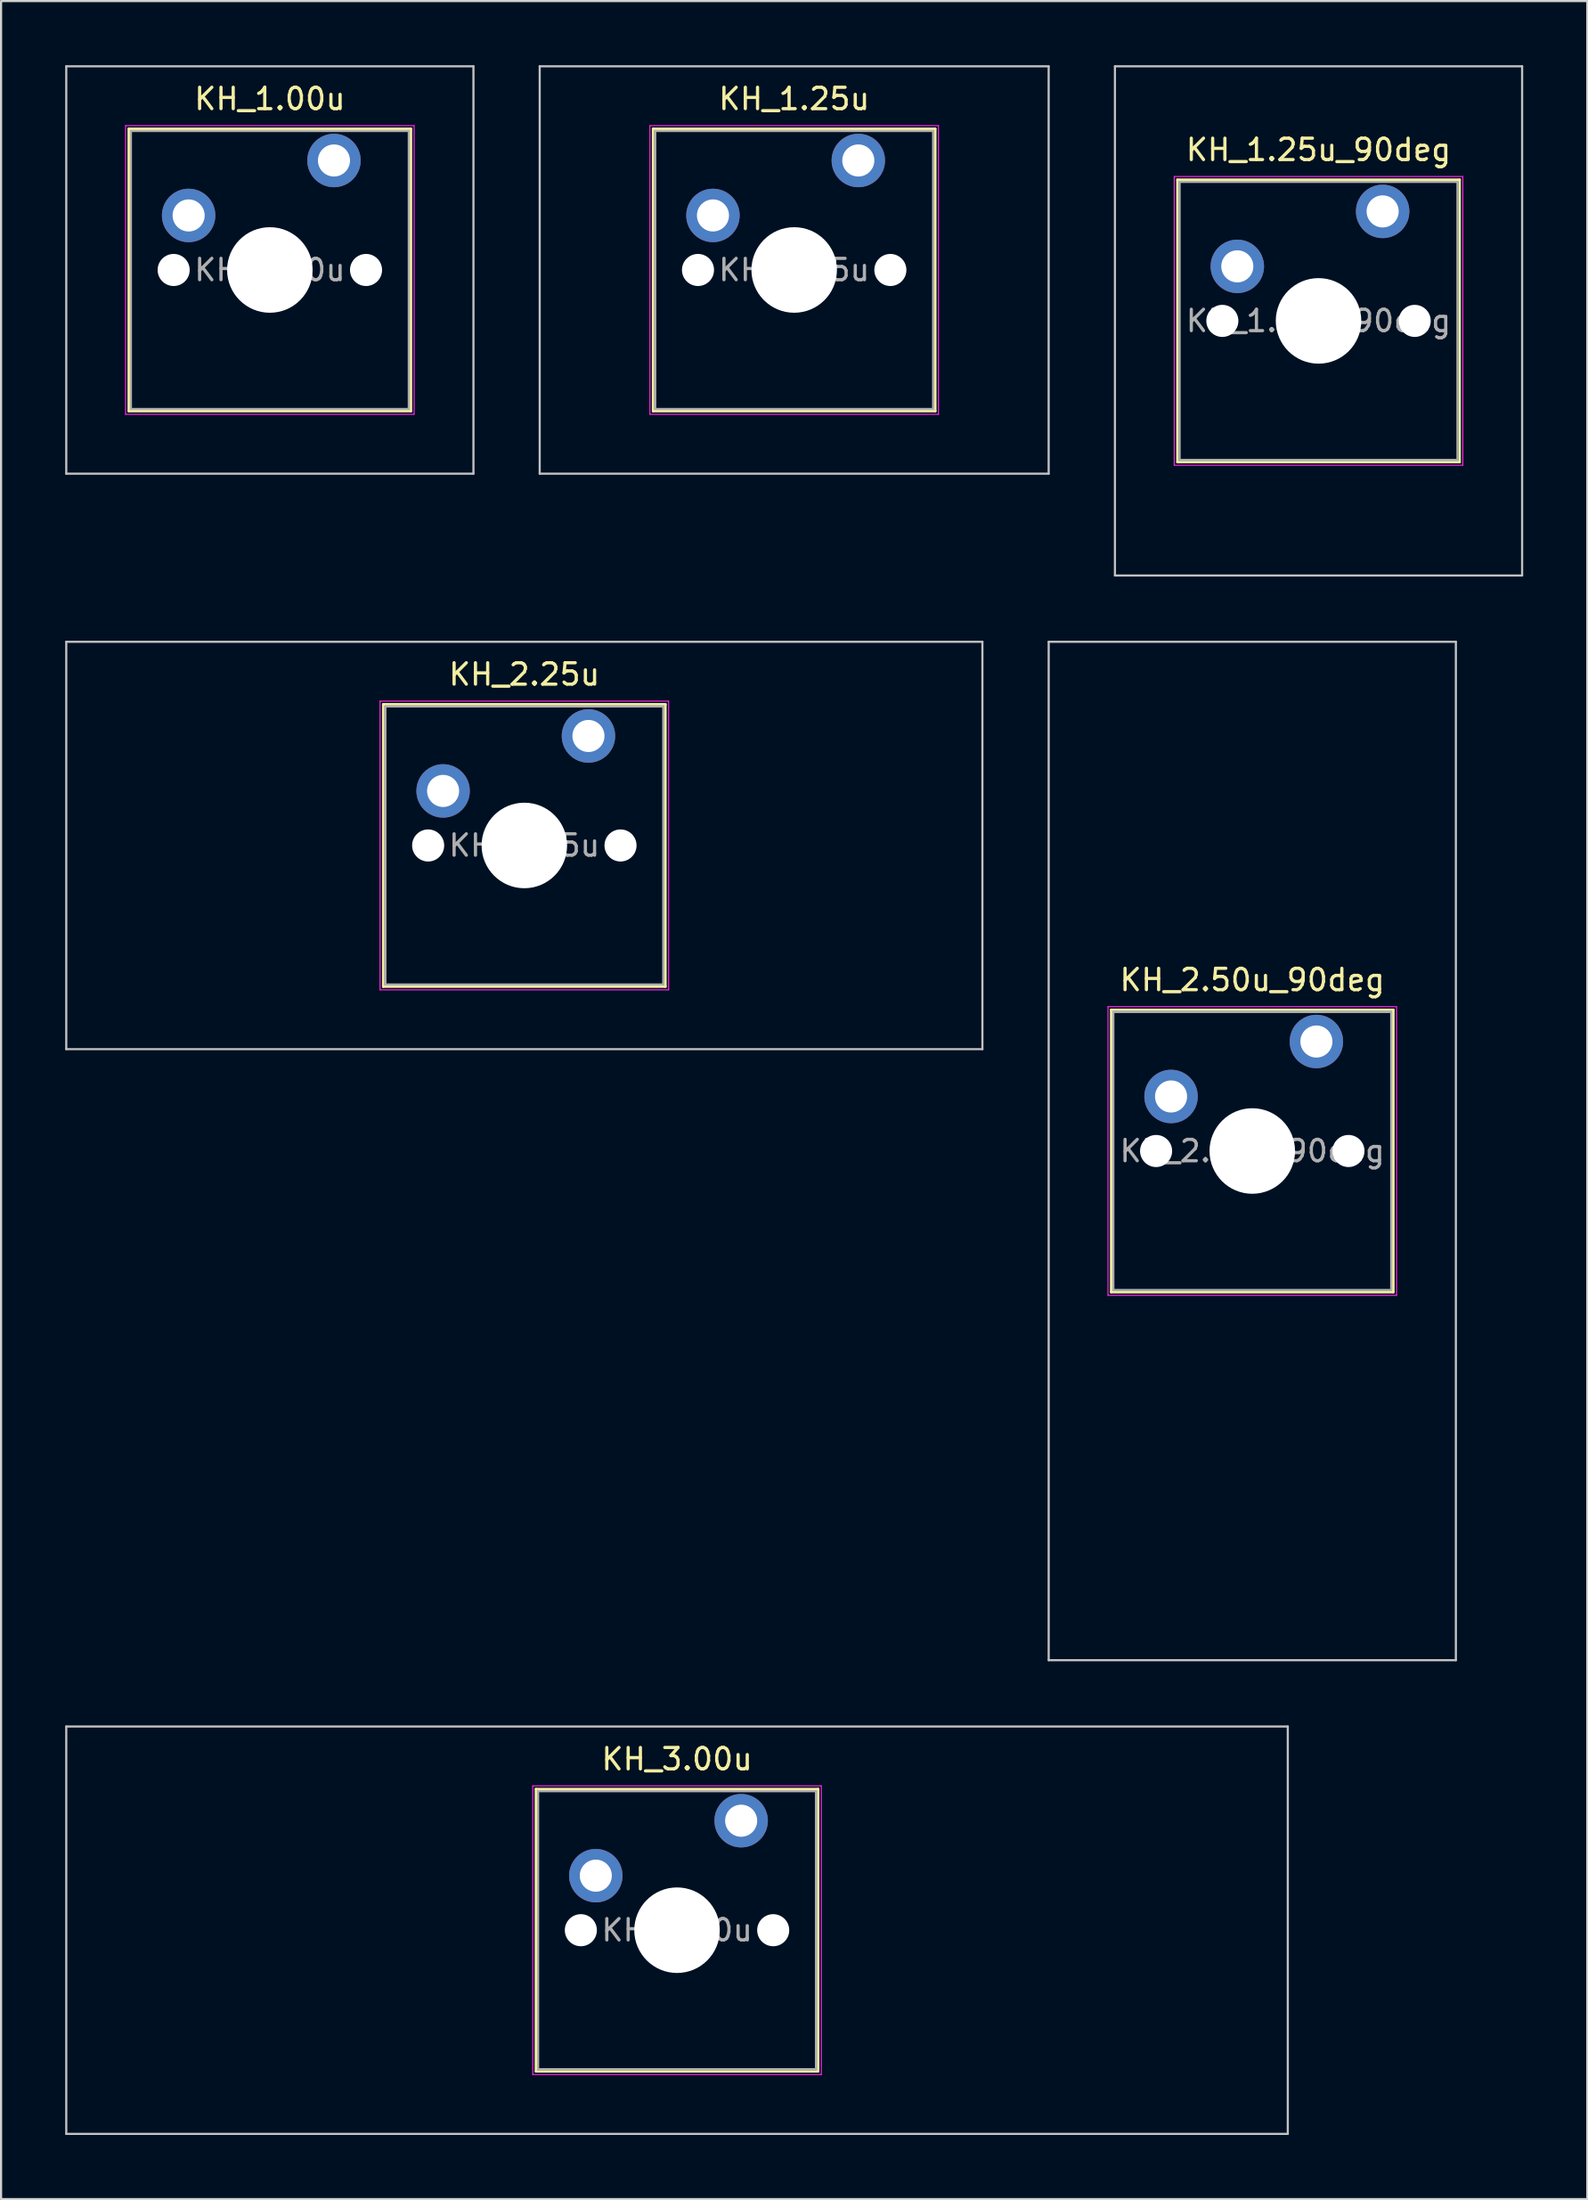
<source format=kicad_pcb>
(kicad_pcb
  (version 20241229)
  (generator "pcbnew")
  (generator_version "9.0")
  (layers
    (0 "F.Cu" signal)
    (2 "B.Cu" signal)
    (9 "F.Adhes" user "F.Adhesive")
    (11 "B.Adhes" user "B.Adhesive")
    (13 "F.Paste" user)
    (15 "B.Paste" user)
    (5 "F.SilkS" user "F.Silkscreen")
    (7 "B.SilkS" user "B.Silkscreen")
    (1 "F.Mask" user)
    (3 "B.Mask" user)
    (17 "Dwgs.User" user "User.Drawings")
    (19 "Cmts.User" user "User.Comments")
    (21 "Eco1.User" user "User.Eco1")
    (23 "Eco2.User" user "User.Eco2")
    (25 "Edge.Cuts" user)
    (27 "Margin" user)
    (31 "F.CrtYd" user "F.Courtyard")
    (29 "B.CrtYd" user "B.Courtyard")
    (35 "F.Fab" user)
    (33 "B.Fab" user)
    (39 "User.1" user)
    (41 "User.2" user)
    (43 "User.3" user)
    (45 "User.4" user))
  (footprint "KH_3.00u"
    (layer "F.Cu")
    (at 28.625 87.213)
    (property "Reference" "KH_3.00u" (at 0 -8 0) (layer "F.SilkS") (effects (font (size 1 1) (thickness 0.15))))
    (attr through_hole)
    (fp_line (start -6.6 -6.6) (end -6.6 6.6) (stroke (width 0.12) (type solid)) (layer "F.SilkS"))
    (fp_line (start -6.6 6.6) (end 6.6 6.6) (stroke (width 0.12) (type solid)) (layer "F.SilkS"))
    (fp_line (start 6.6 -6.6) (end -6.6 -6.6) (stroke (width 0.12) (type solid)) (layer "F.SilkS"))
    (fp_line (start 6.6 6.6) (end 6.6 -6.6) (stroke (width 0.12) (type solid)) (layer "F.SilkS"))
    (fp_line (start -28.575 -9.525) (end -28.575 9.525) (stroke (width 0.1) (type solid)) (layer "Dwgs.User"))
    (fp_line (start -28.575 9.525) (end 28.575 9.525) (stroke (width 0.1) (type solid)) (layer "Dwgs.User"))
    (fp_line (start 28.575 -9.525) (end -28.575 -9.525) (stroke (width 0.1) (type solid)) (layer "Dwgs.User"))
    (fp_line (start 28.575 9.525) (end 28.575 -9.525) (stroke (width 0.1) (type solid)) (layer "Dwgs.User"))
    (fp_line (start -6.1 -6.1) (end -6.1 6.1) (stroke (width 0.1) (type solid)) (layer "Eco1.User"))
    (fp_line (start -6.1 6.1) (end 6.1 6.1) (stroke (width 0.1) (type solid)) (layer "Eco1.User"))
    (fp_line (start 6.1 -6.1) (end -6.1 -6.1) (stroke (width 0.1) (type solid)) (layer "Eco1.User"))
    (fp_line (start 6.1 6.1) (end 6.1 -6.1) (stroke (width 0.1) (type solid)) (layer "Eco1.User"))
    (fp_line (start -6.75 -6.75) (end -6.75 6.75) (stroke (width 0.05) (type solid)) (layer "F.CrtYd"))
    (fp_line (start -6.75 6.75) (end 6.75 6.75) (stroke (width 0.05) (type solid)) (layer "F.CrtYd"))
    (fp_line (start 6.75 -6.75) (end -6.75 -6.75) (stroke (width 0.05) (type solid)) (layer "F.CrtYd"))
    (fp_line (start 6.75 6.75) (end 6.75 -6.75) (stroke (width 0.05) (type solid)) (layer "F.CrtYd"))
    (fp_line (start -6.5 -6.5) (end -6.5 6.5) (stroke (width 0.1) (type solid)) (layer "F.Fab"))
    (fp_line (start -6.5 6.5) (end 6.5 6.5) (stroke (width 0.1) (type solid)) (layer "F.Fab"))
    (fp_line (start 6.5 -6.5) (end -6.5 -6.5) (stroke (width 0.1) (type solid)) (layer "F.Fab"))
    (fp_line (start 6.5 6.5) (end 6.5 -6.5) (stroke (width 0.1) (type solid)) (layer "F.Fab"))
    (fp_text user "${REFERENCE}" (at 0 0 0) (layer "F.Fab") (effects (font (size 1 1) (thickness 0.15))))
    (pad "" np_thru_hole circle (at -4.5 0) (size 1.5 1.5) (drill 1.5) (layers "*.Cu" "*.Mask"))
    (pad "" np_thru_hole circle (at 0 0) (size 4 4) (drill 4) (layers "*.Cu" "*.Mask"))
    (pad "" np_thru_hole circle (at 4.5 0) (size 1.5 1.5) (drill 1.5) (layers "*.Cu" "*.Mask"))
    (pad "1" thru_hole circle (at -3.8 -2.55) (size 2.5 2.5) (drill 1.5) (layers "*.Cu" "*.Mask"))
    (pad "2" thru_hole circle (at 3 -5.12) (size 2.5 2.5) (drill 1.5) (layers "*.Cu" "*.Mask")))
  (footprint "KH_1.00u"
    (layer "F.Cu")
    (at 9.575 9.575)
    (property "Reference" "KH_1.00u" (at 0 -8 0) (layer "F.SilkS") (effects (font (size 1 1) (thickness 0.15))))
    (attr through_hole)
    (fp_line (start -6.6 -6.6) (end -6.6 6.6) (stroke (width 0.12) (type solid)) (layer "F.SilkS"))
    (fp_line (start -6.6 6.6) (end 6.6 6.6) (stroke (width 0.12) (type solid)) (layer "F.SilkS"))
    (fp_line (start 6.6 -6.6) (end -6.6 -6.6) (stroke (width 0.12) (type solid)) (layer "F.SilkS"))
    (fp_line (start 6.6 6.6) (end 6.6 -6.6) (stroke (width 0.12) (type solid)) (layer "F.SilkS"))
    (fp_line (start -9.525 -9.525) (end -9.525 9.525) (stroke (width 0.1) (type solid)) (layer "Dwgs.User"))
    (fp_line (start -9.525 9.525) (end 9.525 9.525) (stroke (width 0.1) (type solid)) (layer "Dwgs.User"))
    (fp_line (start 9.525 -9.525) (end -9.525 -9.525) (stroke (width 0.1) (type solid)) (layer "Dwgs.User"))
    (fp_line (start 9.525 9.525) (end 9.525 -9.525) (stroke (width 0.1) (type solid)) (layer "Dwgs.User"))
    (fp_line (start -6.1 -6.1) (end -6.1 6.1) (stroke (width 0.1) (type solid)) (layer "Eco1.User"))
    (fp_line (start -6.1 6.1) (end 6.1 6.1) (stroke (width 0.1) (type solid)) (layer "Eco1.User"))
    (fp_line (start 6.1 -6.1) (end -6.1 -6.1) (stroke (width 0.1) (type solid)) (layer "Eco1.User"))
    (fp_line (start 6.1 6.1) (end 6.1 -6.1) (stroke (width 0.1) (type solid)) (layer "Eco1.User"))
    (fp_line (start -6.75 -6.75) (end -6.75 6.75) (stroke (width 0.05) (type solid)) (layer "F.CrtYd"))
    (fp_line (start -6.75 6.75) (end 6.75 6.75) (stroke (width 0.05) (type solid)) (layer "F.CrtYd"))
    (fp_line (start 6.75 -6.75) (end -6.75 -6.75) (stroke (width 0.05) (type solid)) (layer "F.CrtYd"))
    (fp_line (start 6.75 6.75) (end 6.75 -6.75) (stroke (width 0.05) (type solid)) (layer "F.CrtYd"))
    (fp_line (start -6.5 -6.5) (end -6.5 6.5) (stroke (width 0.1) (type solid)) (layer "F.Fab"))
    (fp_line (start -6.5 6.5) (end 6.5 6.5) (stroke (width 0.1) (type solid)) (layer "F.Fab"))
    (fp_line (start 6.5 -6.5) (end -6.5 -6.5) (stroke (width 0.1) (type solid)) (layer "F.Fab"))
    (fp_line (start 6.5 6.5) (end 6.5 -6.5) (stroke (width 0.1) (type solid)) (layer "F.Fab"))
    (fp_text user "${REFERENCE}" (at 0 0 0) (layer "F.Fab") (effects (font (size 1 1) (thickness 0.15))))
    (pad "" np_thru_hole circle (at -4.5 0) (size 1.5 1.5) (drill 1.5) (layers "*.Cu" "*.Mask"))
    (pad "" np_thru_hole circle (at 0 0) (size 4 4) (drill 4) (layers "*.Cu" "*.Mask"))
    (pad "" np_thru_hole circle (at 4.5 0) (size 1.5 1.5) (drill 1.5) (layers "*.Cu" "*.Mask"))
    (pad "1" thru_hole circle (at -3.8 -2.55) (size 2.5 2.5) (drill 1.5) (layers "*.Cu" "*.Mask"))
    (pad "2" thru_hole circle (at 3 -5.12) (size 2.5 2.5) (drill 1.5) (layers "*.Cu" "*.Mask")))
  (footprint "KH_2.50u_90deg"
    (layer "F.Cu")
    (at 55.538 50.775)
    (property "Reference" "KH_2.50u_90deg" (at 0 -8 0) (layer "F.SilkS") (effects (font (size 1 1) (thickness 0.15))))
    (attr through_hole)
    (fp_line (start -6.6 -6.6) (end -6.6 6.6) (stroke (width 0.12) (type solid)) (layer "F.SilkS"))
    (fp_line (start -6.6 6.6) (end 6.6 6.6) (stroke (width 0.12) (type solid)) (layer "F.SilkS"))
    (fp_line (start 6.6 -6.6) (end -6.6 -6.6) (stroke (width 0.12) (type solid)) (layer "F.SilkS"))
    (fp_line (start 6.6 6.6) (end 6.6 -6.6) (stroke (width 0.12) (type solid)) (layer "F.SilkS"))
    (fp_line (start -9.525 -23.812) (end 9.525 -23.812) (stroke (width 0.1) (type solid)) (layer "Dwgs.User"))
    (fp_line (start -9.525 23.812) (end -9.525 -23.812) (stroke (width 0.1) (type solid)) (layer "Dwgs.User"))
    (fp_line (start 9.525 -23.812) (end 9.525 23.812) (stroke (width 0.1) (type solid)) (layer "Dwgs.User"))
    (fp_line (start 9.525 23.812) (end -9.525 23.812) (stroke (width 0.1) (type solid)) (layer "Dwgs.User"))
    (fp_line (start -6.1 -6.1) (end -6.1 6.1) (stroke (width 0.1) (type solid)) (layer "Eco1.User"))
    (fp_line (start -6.1 6.1) (end 6.1 6.1) (stroke (width 0.1) (type solid)) (layer "Eco1.User"))
    (fp_line (start 6.1 -6.1) (end -6.1 -6.1) (stroke (width 0.1) (type solid)) (layer "Eco1.User"))
    (fp_line (start 6.1 6.1) (end 6.1 -6.1) (stroke (width 0.1) (type solid)) (layer "Eco1.User"))
    (fp_line (start -6.75 -6.75) (end -6.75 6.75) (stroke (width 0.05) (type solid)) (layer "F.CrtYd"))
    (fp_line (start -6.75 6.75) (end 6.75 6.75) (stroke (width 0.05) (type solid)) (layer "F.CrtYd"))
    (fp_line (start 6.75 -6.75) (end -6.75 -6.75) (stroke (width 0.05) (type solid)) (layer "F.CrtYd"))
    (fp_line (start 6.75 6.75) (end 6.75 -6.75) (stroke (width 0.05) (type solid)) (layer "F.CrtYd"))
    (fp_line (start -6.5 -6.5) (end -6.5 6.5) (stroke (width 0.1) (type solid)) (layer "F.Fab"))
    (fp_line (start -6.5 6.5) (end 6.5 6.5) (stroke (width 0.1) (type solid)) (layer "F.Fab"))
    (fp_line (start 6.5 -6.5) (end -6.5 -6.5) (stroke (width 0.1) (type solid)) (layer "F.Fab"))
    (fp_line (start 6.5 6.5) (end 6.5 -6.5) (stroke (width 0.1) (type solid)) (layer "F.Fab"))
    (fp_text user "${REFERENCE}" (at 0 0 0) (layer "F.Fab") (effects (font (size 1 1) (thickness 0.15))))
    (pad "" np_thru_hole circle (at -4.5 0) (size 1.5 1.5) (drill 1.5) (layers "*.Cu" "*.Mask"))
    (pad "" np_thru_hole circle (at 0 0) (size 4 4) (drill 4) (layers "*.Cu" "*.Mask"))
    (pad "" np_thru_hole circle (at 4.5 0) (size 1.5 1.5) (drill 1.5) (layers "*.Cu" "*.Mask"))
    (pad "1" thru_hole circle (at -3.8 -2.55) (size 2.5 2.5) (drill 1.5) (layers "*.Cu" "*.Mask"))
    (pad "2" thru_hole circle (at 3 -5.12) (size 2.5 2.5) (drill 1.5) (layers "*.Cu" "*.Mask")))
  (footprint "KH_1.25u"
    (layer "F.Cu")
    (at 34.106 9.575)
    (property "Reference" "KH_1.25u" (at 0 -8 0) (layer "F.SilkS") (effects (font (size 1 1) (thickness 0.15))))
    (attr through_hole)
    (fp_line (start -6.6 -6.6) (end -6.6 6.6) (stroke (width 0.12) (type solid)) (layer "F.SilkS"))
    (fp_line (start -6.6 6.6) (end 6.6 6.6) (stroke (width 0.12) (type solid)) (layer "F.SilkS"))
    (fp_line (start 6.6 -6.6) (end -6.6 -6.6) (stroke (width 0.12) (type solid)) (layer "F.SilkS"))
    (fp_line (start 6.6 6.6) (end 6.6 -6.6) (stroke (width 0.12) (type solid)) (layer "F.SilkS"))
    (fp_line (start -11.906 -9.525) (end -11.906 9.525) (stroke (width 0.1) (type solid)) (layer "Dwgs.User"))
    (fp_line (start -11.906 9.525) (end 11.906 9.525) (stroke (width 0.1) (type solid)) (layer "Dwgs.User"))
    (fp_line (start 11.906 -9.525) (end -11.906 -9.525) (stroke (width 0.1) (type solid)) (layer "Dwgs.User"))
    (fp_line (start 11.906 9.525) (end 11.906 -9.525) (stroke (width 0.1) (type solid)) (layer "Dwgs.User"))
    (fp_line (start -6.1 -6.1) (end -6.1 6.1) (stroke (width 0.1) (type solid)) (layer "Eco1.User"))
    (fp_line (start -6.1 6.1) (end 6.1 6.1) (stroke (width 0.1) (type solid)) (layer "Eco1.User"))
    (fp_line (start 6.1 -6.1) (end -6.1 -6.1) (stroke (width 0.1) (type solid)) (layer "Eco1.User"))
    (fp_line (start 6.1 6.1) (end 6.1 -6.1) (stroke (width 0.1) (type solid)) (layer "Eco1.User"))
    (fp_line (start -6.75 -6.75) (end -6.75 6.75) (stroke (width 0.05) (type solid)) (layer "F.CrtYd"))
    (fp_line (start -6.75 6.75) (end 6.75 6.75) (stroke (width 0.05) (type solid)) (layer "F.CrtYd"))
    (fp_line (start 6.75 -6.75) (end -6.75 -6.75) (stroke (width 0.05) (type solid)) (layer "F.CrtYd"))
    (fp_line (start 6.75 6.75) (end 6.75 -6.75) (stroke (width 0.05) (type solid)) (layer "F.CrtYd"))
    (fp_line (start -6.5 -6.5) (end -6.5 6.5) (stroke (width 0.1) (type solid)) (layer "F.Fab"))
    (fp_line (start -6.5 6.5) (end 6.5 6.5) (stroke (width 0.1) (type solid)) (layer "F.Fab"))
    (fp_line (start 6.5 -6.5) (end -6.5 -6.5) (stroke (width 0.1) (type solid)) (layer "F.Fab"))
    (fp_line (start 6.5 6.5) (end 6.5 -6.5) (stroke (width 0.1) (type solid)) (layer "F.Fab"))
    (fp_text user "${REFERENCE}" (at 0 0 0) (layer "F.Fab") (effects (font (size 1 1) (thickness 0.15))))
    (pad "" np_thru_hole circle (at -4.5 0) (size 1.5 1.5) (drill 1.5) (layers "*.Cu" "*.Mask"))
    (pad "" np_thru_hole circle (at 0 0) (size 4 4) (drill 4) (layers "*.Cu" "*.Mask"))
    (pad "" np_thru_hole circle (at 4.5 0) (size 1.5 1.5) (drill 1.5) (layers "*.Cu" "*.Mask"))
    (pad "1" thru_hole circle (at -3.8 -2.55) (size 2.5 2.5) (drill 1.5) (layers "*.Cu" "*.Mask"))
    (pad "2" thru_hole circle (at 3 -5.12) (size 2.5 2.5) (drill 1.5) (layers "*.Cu" "*.Mask")))
  (footprint "KH_2.25u"
    (layer "F.Cu")
    (at 21.481 36.487)
    (property "Reference" "KH_2.25u" (at 0 -8 0) (layer "F.SilkS") (effects (font (size 1 1) (thickness 0.15))))
    (attr through_hole)
    (fp_line (start -6.6 -6.6) (end -6.6 6.6) (stroke (width 0.12) (type solid)) (layer "F.SilkS"))
    (fp_line (start -6.6 6.6) (end 6.6 6.6) (stroke (width 0.12) (type solid)) (layer "F.SilkS"))
    (fp_line (start 6.6 -6.6) (end -6.6 -6.6) (stroke (width 0.12) (type solid)) (layer "F.SilkS"))
    (fp_line (start 6.6 6.6) (end 6.6 -6.6) (stroke (width 0.12) (type solid)) (layer "F.SilkS"))
    (fp_line (start -21.431 -9.525) (end -21.431 9.525) (stroke (width 0.1) (type solid)) (layer "Dwgs.User"))
    (fp_line (start -21.431 9.525) (end 21.431 9.525) (stroke (width 0.1) (type solid)) (layer "Dwgs.User"))
    (fp_line (start 21.431 -9.525) (end -21.431 -9.525) (stroke (width 0.1) (type solid)) (layer "Dwgs.User"))
    (fp_line (start 21.431 9.525) (end 21.431 -9.525) (stroke (width 0.1) (type solid)) (layer "Dwgs.User"))
    (fp_line (start -6.1 -6.1) (end -6.1 6.1) (stroke (width 0.1) (type solid)) (layer "Eco1.User"))
    (fp_line (start -6.1 6.1) (end 6.1 6.1) (stroke (width 0.1) (type solid)) (layer "Eco1.User"))
    (fp_line (start 6.1 -6.1) (end -6.1 -6.1) (stroke (width 0.1) (type solid)) (layer "Eco1.User"))
    (fp_line (start 6.1 6.1) (end 6.1 -6.1) (stroke (width 0.1) (type solid)) (layer "Eco1.User"))
    (fp_line (start -6.75 -6.75) (end -6.75 6.75) (stroke (width 0.05) (type solid)) (layer "F.CrtYd"))
    (fp_line (start -6.75 6.75) (end 6.75 6.75) (stroke (width 0.05) (type solid)) (layer "F.CrtYd"))
    (fp_line (start 6.75 -6.75) (end -6.75 -6.75) (stroke (width 0.05) (type solid)) (layer "F.CrtYd"))
    (fp_line (start 6.75 6.75) (end 6.75 -6.75) (stroke (width 0.05) (type solid)) (layer "F.CrtYd"))
    (fp_line (start -6.5 -6.5) (end -6.5 6.5) (stroke (width 0.1) (type solid)) (layer "F.Fab"))
    (fp_line (start -6.5 6.5) (end 6.5 6.5) (stroke (width 0.1) (type solid)) (layer "F.Fab"))
    (fp_line (start 6.5 -6.5) (end -6.5 -6.5) (stroke (width 0.1) (type solid)) (layer "F.Fab"))
    (fp_line (start 6.5 6.5) (end 6.5 -6.5) (stroke (width 0.1) (type solid)) (layer "F.Fab"))
    (fp_text user "${REFERENCE}" (at 0 0 0) (layer "F.Fab") (effects (font (size 1 1) (thickness 0.15))))
    (pad "" np_thru_hole circle (at -4.5 0) (size 1.5 1.5) (drill 1.5) (layers "*.Cu" "*.Mask"))
    (pad "" np_thru_hole circle (at 0 0) (size 4 4) (drill 4) (layers "*.Cu" "*.Mask"))
    (pad "" np_thru_hole circle (at 4.5 0) (size 1.5 1.5) (drill 1.5) (layers "*.Cu" "*.Mask"))
    (pad "1" thru_hole circle (at -3.8 -2.55) (size 2.5 2.5) (drill 1.5) (layers "*.Cu" "*.Mask"))
    (pad "2" thru_hole circle (at 3 -5.12) (size 2.5 2.5) (drill 1.5) (layers "*.Cu" "*.Mask")))
  (footprint "KH_1.25u_90deg"
    (layer "F.Cu")
    (at 58.638 11.956)
    (property "Reference" "KH_1.25u_90deg" (at 0 -8 0) (layer "F.SilkS") (effects (font (size 1 1) (thickness 0.15))))
    (attr through_hole)
    (fp_line (start -6.6 -6.6) (end -6.6 6.6) (stroke (width 0.12) (type solid)) (layer "F.SilkS"))
    (fp_line (start -6.6 6.6) (end 6.6 6.6) (stroke (width 0.12) (type solid)) (layer "F.SilkS"))
    (fp_line (start 6.6 -6.6) (end -6.6 -6.6) (stroke (width 0.12) (type solid)) (layer "F.SilkS"))
    (fp_line (start 6.6 6.6) (end 6.6 -6.6) (stroke (width 0.12) (type solid)) (layer "F.SilkS"))
    (fp_line (start -9.525 -11.906) (end 9.525 -11.906) (stroke (width 0.1) (type solid)) (layer "Dwgs.User"))
    (fp_line (start -9.525 11.906) (end -9.525 -11.906) (stroke (width 0.1) (type solid)) (layer "Dwgs.User"))
    (fp_line (start 9.525 -11.906) (end 9.525 11.906) (stroke (width 0.1) (type solid)) (layer "Dwgs.User"))
    (fp_line (start 9.525 11.906) (end -9.525 11.906) (stroke (width 0.1) (type solid)) (layer "Dwgs.User"))
    (fp_line (start -6.1 -6.1) (end -6.1 6.1) (stroke (width 0.1) (type solid)) (layer "Eco1.User"))
    (fp_line (start -6.1 6.1) (end 6.1 6.1) (stroke (width 0.1) (type solid)) (layer "Eco1.User"))
    (fp_line (start 6.1 -6.1) (end -6.1 -6.1) (stroke (width 0.1) (type solid)) (layer "Eco1.User"))
    (fp_line (start 6.1 6.1) (end 6.1 -6.1) (stroke (width 0.1) (type solid)) (layer "Eco1.User"))
    (fp_line (start -6.75 -6.75) (end -6.75 6.75) (stroke (width 0.05) (type solid)) (layer "F.CrtYd"))
    (fp_line (start -6.75 6.75) (end 6.75 6.75) (stroke (width 0.05) (type solid)) (layer "F.CrtYd"))
    (fp_line (start 6.75 -6.75) (end -6.75 -6.75) (stroke (width 0.05) (type solid)) (layer "F.CrtYd"))
    (fp_line (start 6.75 6.75) (end 6.75 -6.75) (stroke (width 0.05) (type solid)) (layer "F.CrtYd"))
    (fp_line (start -6.5 -6.5) (end -6.5 6.5) (stroke (width 0.1) (type solid)) (layer "F.Fab"))
    (fp_line (start -6.5 6.5) (end 6.5 6.5) (stroke (width 0.1) (type solid)) (layer "F.Fab"))
    (fp_line (start 6.5 -6.5) (end -6.5 -6.5) (stroke (width 0.1) (type solid)) (layer "F.Fab"))
    (fp_line (start 6.5 6.5) (end 6.5 -6.5) (stroke (width 0.1) (type solid)) (layer "F.Fab"))
    (fp_text user "${REFERENCE}" (at 0 0 0) (layer "F.Fab") (effects (font (size 1 1) (thickness 0.15))))
    (pad "" np_thru_hole circle (at -4.5 0) (size 1.5 1.5) (drill 1.5) (layers "*.Cu" "*.Mask"))
    (pad "" np_thru_hole circle (at 0 0) (size 4 4) (drill 4) (layers "*.Cu" "*.Mask"))
    (pad "" np_thru_hole circle (at 4.5 0) (size 1.5 1.5) (drill 1.5) (layers "*.Cu" "*.Mask"))
    (pad "1" thru_hole circle (at -3.8 -2.55) (size 2.5 2.5) (drill 1.5) (layers "*.Cu" "*.Mask"))
    (pad "2" thru_hole circle (at 3 -5.12) (size 2.5 2.5) (drill 1.5) (layers "*.Cu" "*.Mask")))
  (gr_rect
    (start -3 -3)
    (end 71.213 99.787)
    (stroke (width 0.1) (type default))
    (fill no)
    (layer "Edge.Cuts")))
</source>
